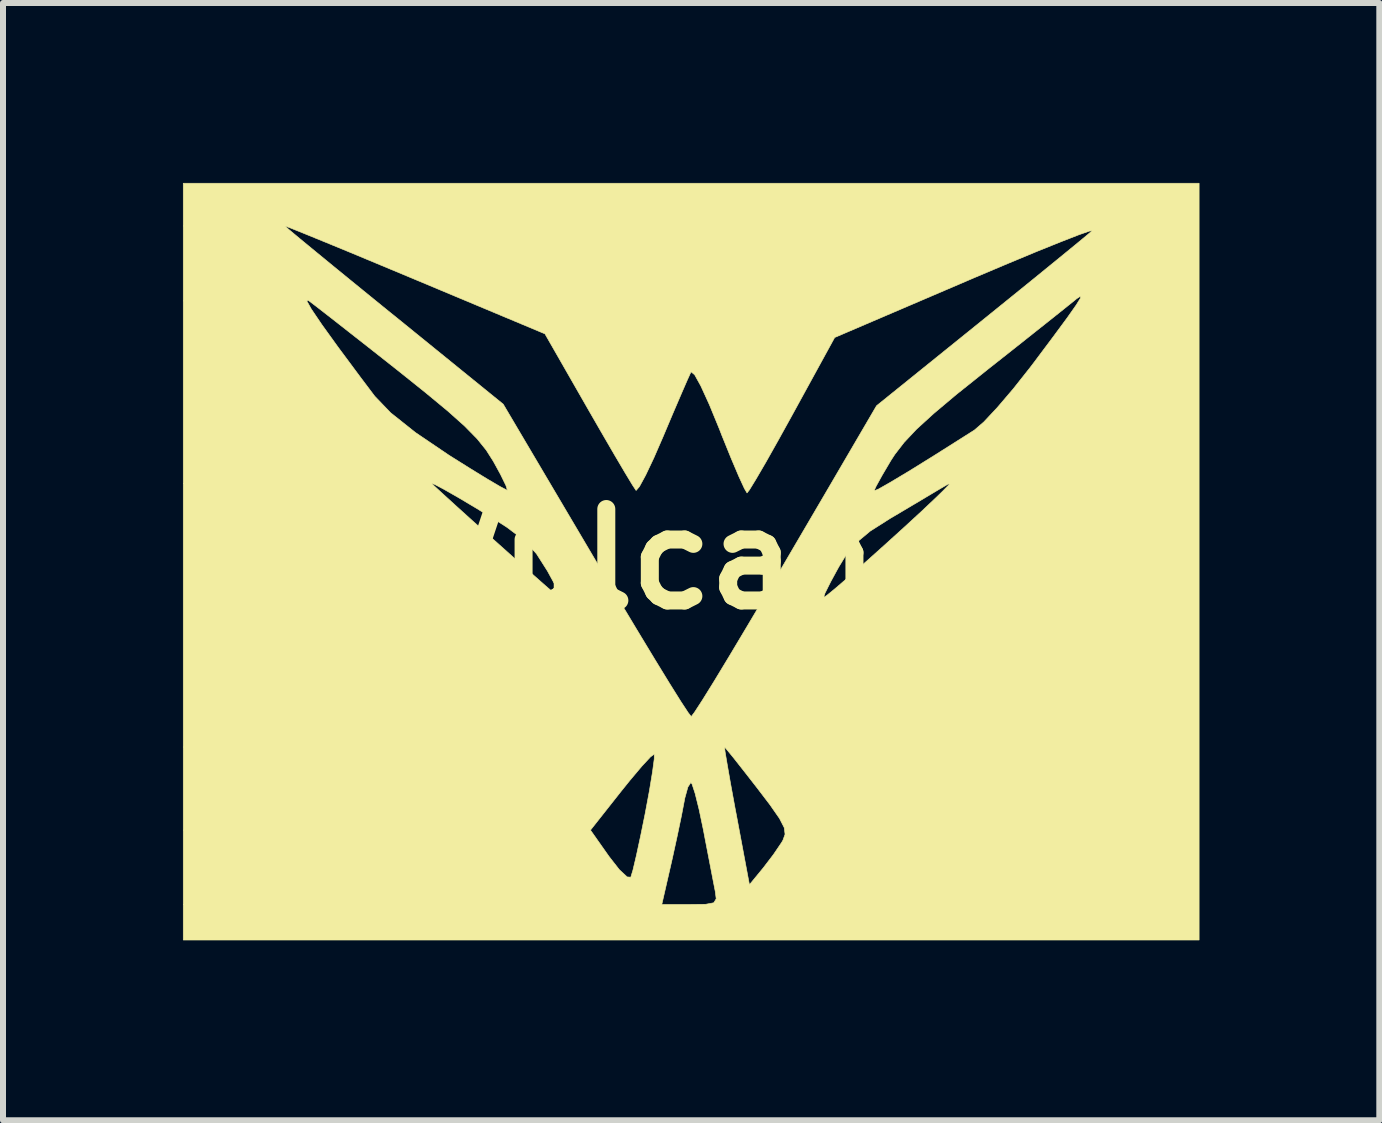
<source format=kicad_pcb>
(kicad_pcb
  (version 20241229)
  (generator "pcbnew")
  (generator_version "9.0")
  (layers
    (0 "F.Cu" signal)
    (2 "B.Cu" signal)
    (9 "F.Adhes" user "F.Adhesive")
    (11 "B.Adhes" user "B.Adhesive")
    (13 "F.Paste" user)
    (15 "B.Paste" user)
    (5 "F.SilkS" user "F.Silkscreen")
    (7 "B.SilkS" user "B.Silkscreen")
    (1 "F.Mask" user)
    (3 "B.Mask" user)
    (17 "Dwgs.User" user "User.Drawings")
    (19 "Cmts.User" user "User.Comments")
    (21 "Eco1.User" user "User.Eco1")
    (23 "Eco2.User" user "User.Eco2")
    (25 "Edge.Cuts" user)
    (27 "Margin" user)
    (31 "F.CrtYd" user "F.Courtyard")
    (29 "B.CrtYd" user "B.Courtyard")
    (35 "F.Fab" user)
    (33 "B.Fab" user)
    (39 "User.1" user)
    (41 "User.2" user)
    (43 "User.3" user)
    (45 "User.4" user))
  (footprint "Vulcano"
    (layer "F.Cu")
    (at 8.472 6.27)
    (property "Reference" "Vulcano" (at 0 0 0) (layer "F.SilkS") (effects (font (size 1.524 1.524) (thickness 0.3))))
    (attr through_hole)
    (fp_poly (pts (xy 8.467 6.35) (xy -8.467 6.35) (xy -8.467 5.757) (xy -0.49 5.757) (xy -0.023 5.757) (xy 0.243 5.754) (xy 0.377 5.729) (xy 0.417 5.662) (xy 0.4 5.532) (xy 0.398 5.524) (xy 0.362 5.339) (xy 0.304 5.038) (xy 0.234 4.676) (xy 0.202 4.508) (xy 0.131 4.17) (xy 0.065 3.905) (xy 0.014 3.75) (xy -0.006 3.725) (xy -0.055 3.8) (xy -0.106 3.984) (xy -0.117 4.043) (xy -0.162 4.278) (xy -0.232 4.613) (xy -0.313 4.984) (xy -0.33 5.059) (xy -0.49 5.757) (xy -8.467 5.757) (xy -8.467 4.518) (xy -1.679 4.518) (xy -1.369 4.958) (xy -1.198 5.177) (xy -1.068 5.298) (xy -1.007 5.303) (xy -0.971 5.185) (xy -0.913 4.939) (xy -0.84 4.6) (xy -0.768 4.246) (xy -0.697 3.865) (xy -0.645 3.549) (xy -0.616 3.333) (xy -0.615 3.251) (xy -0.679 3.298) (xy -0.822 3.452) (xy -1.02 3.687) (xy -1.165 3.867) (xy -1.679 4.518) (xy -8.467 4.518) (xy -8.467 3.133) (xy 0.556 3.133) (xy 0.565 3.211) (xy 0.601 3.425) (xy 0.657 3.746) (xy 0.73 4.144) (xy 0.756 4.28) (xy 0.971 5.428) (xy 1.201 5.148) (xy 1.372 4.924) (xy 1.509 4.722) (xy 1.53 4.685) (xy 1.565 4.587) (xy 1.551 4.477) (xy 1.472 4.323) (xy 1.313 4.095) (xy 1.101 3.817) (xy 0.879 3.532) (xy 0.7 3.305) (xy 0.585 3.165) (xy 0.556 3.133) (xy -8.467 3.133) (xy -8.467 -1.258) (xy -4.324 -1.258) (xy -4.318 -1.251) (xy -4.157 -1.103) (xy -3.919 -0.886) (xy -3.628 -0.623) (xy -3.308 -0.337) (xy -2.986 -0.049) (xy -2.685 0.218) (xy -2.43 0.443) (xy -2.247 0.602) (xy -2.159 0.675) (xy -2.156 0.677) (xy -2.179 0.61) (xy -2.267 0.435) (xy -2.397 0.197) (xy -2.579 -0.089) (xy -2.786 -0.314) (xy -3.07 -0.529) (xy -3.26 -0.651) (xy -3.59 -0.853) (xy -3.888 -1.03) (xy -4.128 -1.167) (xy -4.282 -1.248) (xy -4.324 -1.258) (xy -8.467 -1.258) (xy -8.467 -4.304) (xy -6.408 -4.304) (xy -6.333 -4.169) (xy -6.157 -3.909) (xy -5.884 -3.53) (xy -5.516 -3.035) (xy -5.274 -2.714) (xy -5.009 -2.438) (xy -4.594 -2.108) (xy -4.04 -1.733) (xy -3.688 -1.512) (xy -3.391 -1.33) (xy -3.176 -1.204) (xy -3.07 -1.149) (xy -3.064 -1.149) (xy -3.088 -1.226) (xy -3.177 -1.409) (xy -3.298 -1.63) (xy -3.416 -1.816) (xy -3.568 -2.005) (xy -3.774 -2.215) (xy -4.056 -2.467) (xy -4.435 -2.781) (xy -4.886 -3.142) (xy -5.303 -3.471) (xy -5.684 -3.77) (xy -6.004 -4.021) (xy -6.242 -4.206) (xy -6.373 -4.306) (xy -6.381 -4.312) (xy -6.408 -4.304) (xy -8.467 -4.304) (xy -8.467 -5.553) (xy -6.773 -5.553) (xy -6.71 -5.497) (xy -6.532 -5.348) (xy -6.256 -5.121) (xy -5.899 -4.828) (xy -5.477 -4.484) (xy -5.007 -4.102) (xy -4.953 -4.059) (xy -3.133 -2.582) (xy -1.595 0.021) (xy -1.239 0.622) (xy -0.908 1.173) (xy -0.614 1.659) (xy -0.366 2.064) (xy -0.174 2.371) (xy -0.048 2.563) (xy 0.001 2.625) (xy 0.055 2.554) (xy 0.185 2.354) (xy 0.38 2.04) (xy 0.629 1.629) (xy 0.923 1.137) (xy 1.216 0.644) (xy 2.201 0.644) (xy 2.259 0.607) (xy 2.417 0.477) (xy 2.65 0.276) (xy 2.934 0.026) (xy 3.244 -0.252) (xy 3.555 -0.534) (xy 3.843 -0.799) (xy 4.083 -1.026) (xy 4.191 -1.131) (xy 4.303 -1.246) (xy 4.289 -1.254) (xy 4.149 -1.172) (xy 3.976 -1.069) (xy 3.709 -0.91) (xy 3.399 -0.726) (xy 3.327 -0.684) (xy 2.985 -0.467) (xy 2.75 -0.271) (xy 2.57 -0.049) (xy 2.459 0.133) (xy 2.324 0.381) (xy 2.231 0.567) (xy 2.201 0.644) (xy 1.216 0.644) (xy 1.253 0.582) (xy 1.574 0.034) (xy 2.261 -1.138) (xy 3.048 -1.138) (xy 3.117 -1.164) (xy 3.314 -1.276) (xy 3.628 -1.464) (xy 4.044 -1.722) (xy 4.55 -2.042) (xy 4.722 -2.151) (xy 4.877 -2.285) (xy 5.101 -2.524) (xy 5.368 -2.837) (xy 5.65 -3.193) (xy 5.701 -3.26) (xy 6.032 -3.702) (xy 6.269 -4.023) (xy 6.418 -4.235) (xy 6.489 -4.35) (xy 6.489 -4.382) (xy 6.427 -4.342) (xy 6.386 -4.308) (xy 6.27 -4.215) (xy 6.045 -4.035) (xy 5.734 -3.788) (xy 5.361 -3.492) (xy 4.949 -3.167) (xy 4.917 -3.141) (xy 4.42 -2.744) (xy 4.041 -2.425) (xy 3.757 -2.166) (xy 3.549 -1.945) (xy 3.394 -1.744) (xy 3.329 -1.644) (xy 3.184 -1.398) (xy 3.083 -1.215) (xy 3.048 -1.138) (xy 2.261 -1.138) (xy 3.09 -2.556) (xy 4.826 -3.957) (xy 5.297 -4.338) (xy 5.729 -4.688) (xy 6.102 -4.992) (xy 6.399 -5.235) (xy 6.6 -5.401) (xy 6.684 -5.472) (xy 6.642 -5.469) (xy 6.462 -5.406) (xy 6.164 -5.29) (xy 5.764 -5.129) (xy 5.281 -4.928) (xy 4.734 -4.697) (xy 4.599 -4.639) (xy 2.392 -3.694) (xy 1.683 -2.4) (xy 1.45 -1.979) (xy 1.245 -1.615) (xy 1.08 -1.332) (xy 0.971 -1.154) (xy 0.931 -1.103) (xy 0.887 -1.177) (xy 0.794 -1.379) (xy 0.665 -1.683) (xy 0.513 -2.058) (xy 0.472 -2.164) (xy 0.303 -2.575) (xy 0.162 -2.884) (xy 0.058 -3.072) (xy -0.001 -3.121) (xy -0.005 -3.116) (xy -0.059 -2.998) (xy -0.163 -2.759) (xy -0.303 -2.433) (xy -0.463 -2.054) (xy -0.465 -2.049) (xy -0.622 -1.688) (xy -0.759 -1.399) (xy -0.863 -1.208) (xy -0.918 -1.144) (xy -0.92 -1.146) (xy -0.978 -1.234) (xy -1.105 -1.444) (xy -1.286 -1.751) (xy -1.506 -2.13) (xy -1.706 -2.477) (xy -2.438 -3.755) (xy -4.606 -4.663) (xy -5.169 -4.898) (xy -5.678 -5.11) (xy -6.113 -5.289) (xy -6.453 -5.428) (xy -6.679 -5.519) (xy -6.772 -5.553) (xy -6.773 -5.553) (xy -8.467 -5.553) (xy -8.467 -6.265) (xy 8.467 -6.265) (xy 8.467 6.35)) (stroke (width 0.01) (type solid)) (fill yes) (layer "F.SilkS")))
  (gr_rect
    (start -3 -3)
    (end 19.943 15.625)
    (stroke (width 0.1) (type default))
    (fill no)
    (layer "Edge.Cuts")))
</source>
